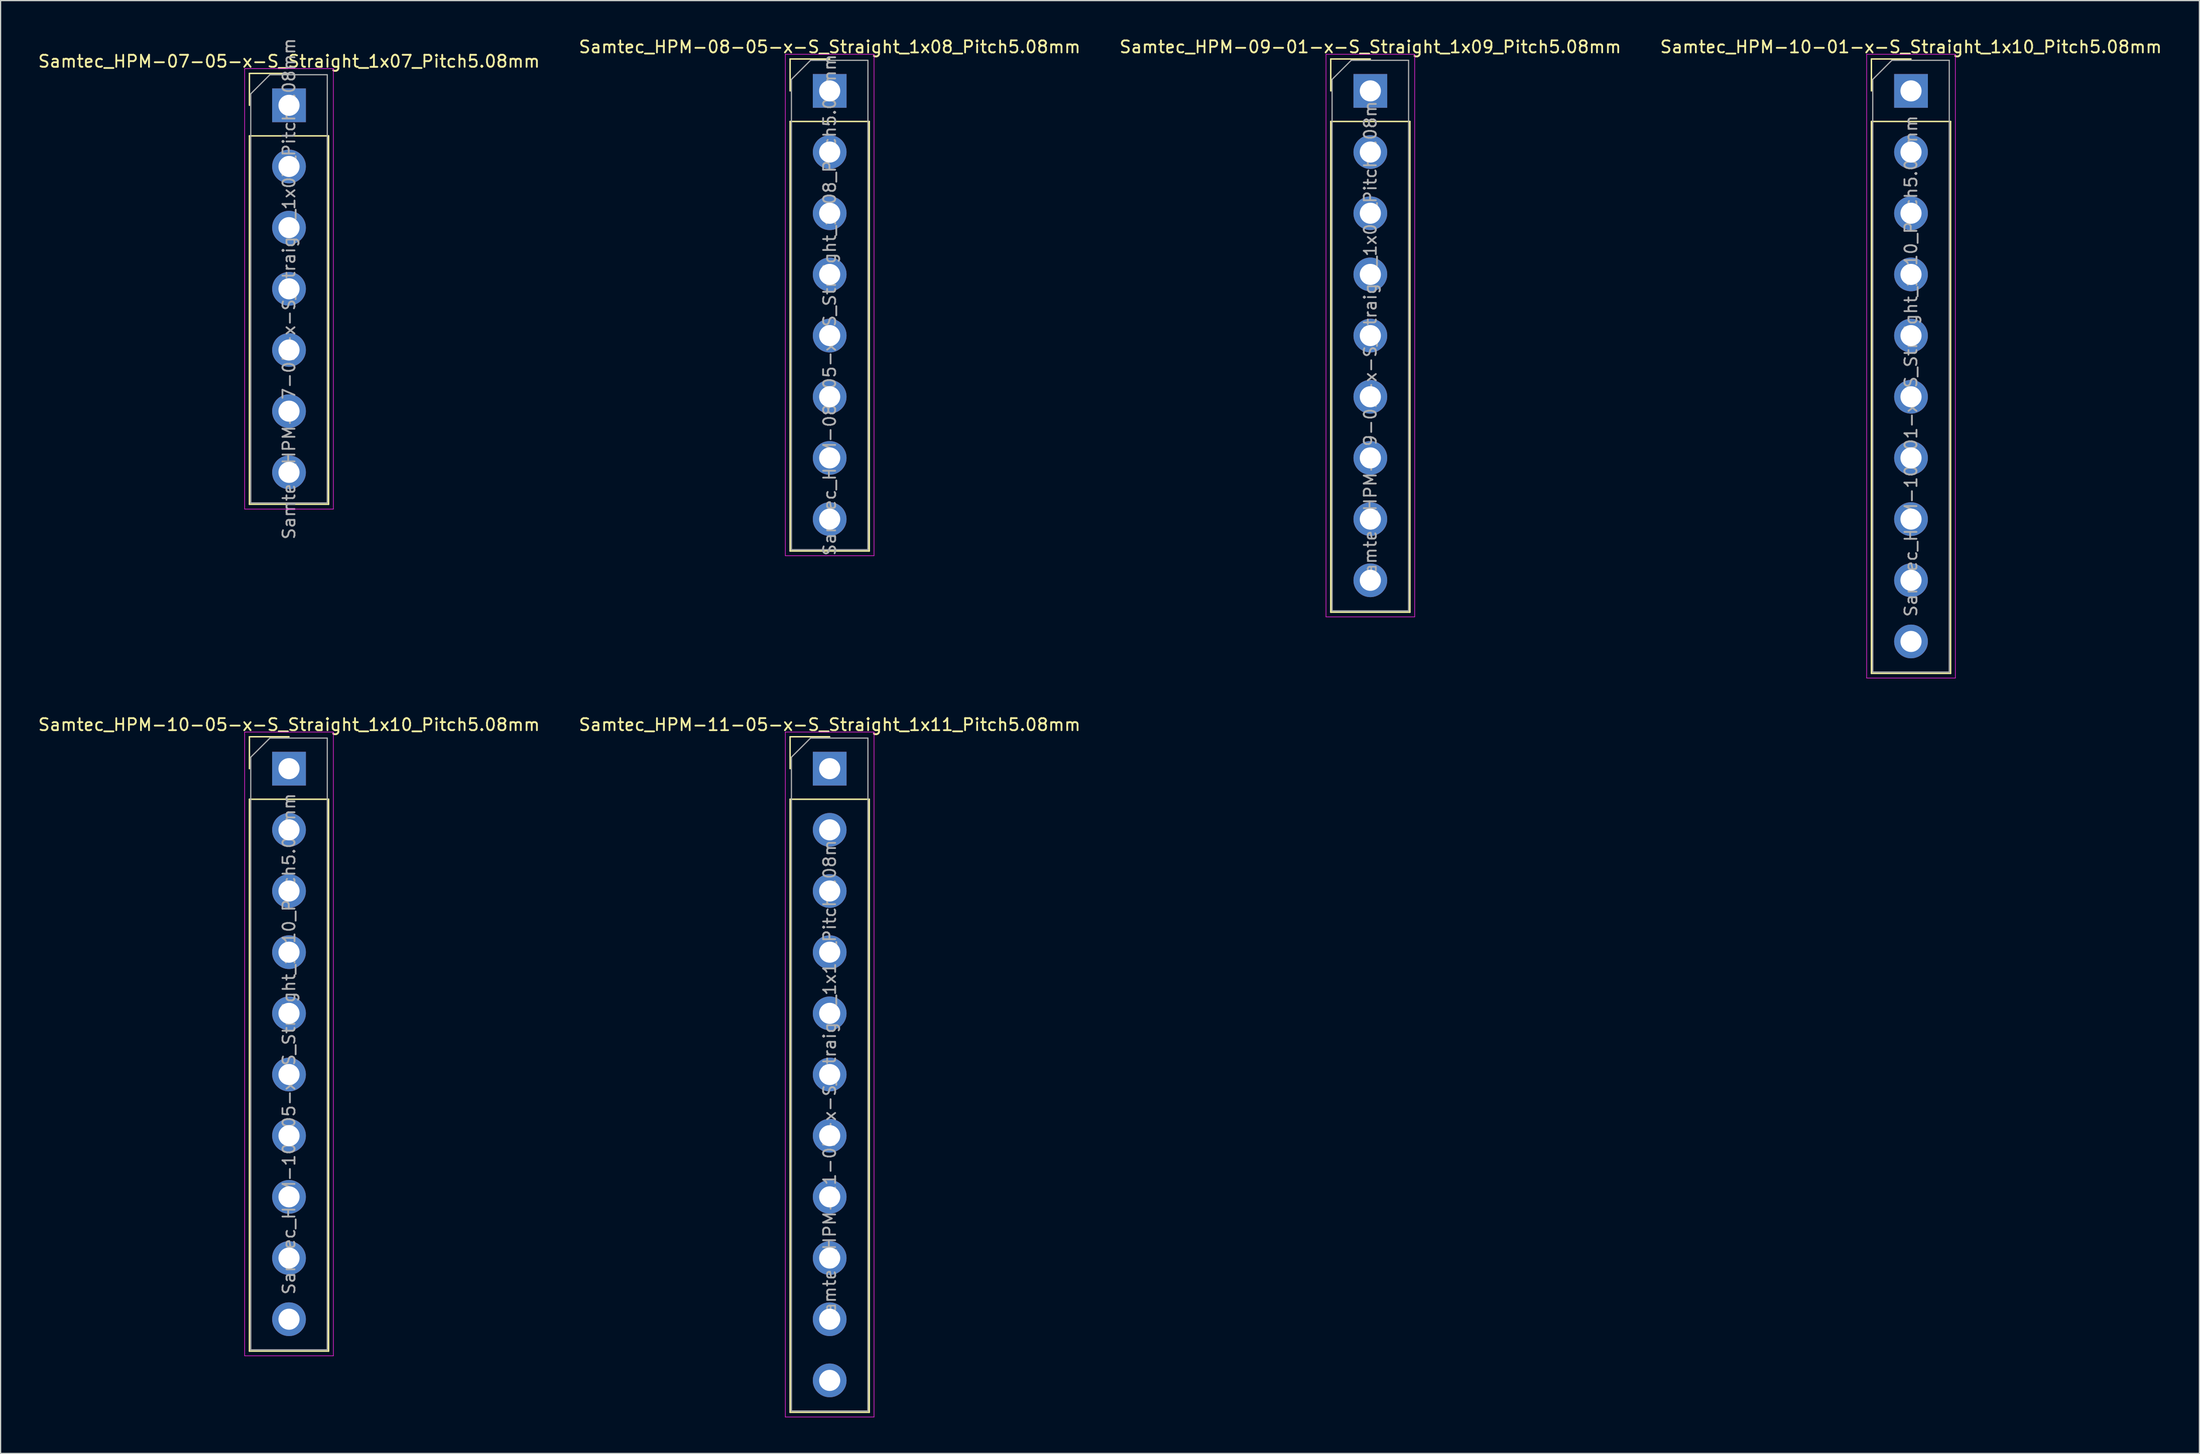
<source format=kicad_pcb>
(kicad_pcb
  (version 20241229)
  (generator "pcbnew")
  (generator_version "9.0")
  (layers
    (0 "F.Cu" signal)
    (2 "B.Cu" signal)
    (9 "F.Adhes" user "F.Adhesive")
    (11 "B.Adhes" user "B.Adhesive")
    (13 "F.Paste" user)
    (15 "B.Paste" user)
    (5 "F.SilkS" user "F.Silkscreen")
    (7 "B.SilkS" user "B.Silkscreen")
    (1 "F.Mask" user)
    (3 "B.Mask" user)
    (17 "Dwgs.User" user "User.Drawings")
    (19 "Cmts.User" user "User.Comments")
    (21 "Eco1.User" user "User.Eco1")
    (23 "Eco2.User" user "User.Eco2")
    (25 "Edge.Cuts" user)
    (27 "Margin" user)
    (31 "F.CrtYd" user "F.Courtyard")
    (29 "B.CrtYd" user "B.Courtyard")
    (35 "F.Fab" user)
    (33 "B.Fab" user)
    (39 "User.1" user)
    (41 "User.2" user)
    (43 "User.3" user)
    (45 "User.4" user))
  (footprint "Samtec_HPM-08-05-x-S_Straight_1x08_Pitch5.08mm"
    (layer "F.Cu")
    (at 65.804 4.498)
    (property "Reference" "Samtec_HPM-08-05-x-S_Straight_1x08_Pitch5.08mm" (at 0 -3.65 0) (layer "F.SilkS") (effects (font (size 1 1) (thickness 0.15))))
    (attr through_hole)
    (fp_line (start -3.285 -2.65) (end 0 -2.65) (stroke (width 0.12) (type solid)) (layer "F.SilkS"))
    (fp_line (start -3.285 0) (end -3.285 -2.65) (stroke (width 0.12) (type solid)) (layer "F.SilkS"))
    (fp_line (start -3.285 2.54) (end -3.285 38.21) (stroke (width 0.12) (type solid)) (layer "F.SilkS"))
    (fp_line (start -3.285 2.54) (end 3.285 2.54) (stroke (width 0.12) (type solid)) (layer "F.SilkS"))
    (fp_line (start -3.285 38.21) (end 3.285 38.21) (stroke (width 0.12) (type solid)) (layer "F.SilkS"))
    (fp_line (start 3.285 2.54) (end 3.285 38.21) (stroke (width 0.12) (type solid)) (layer "F.SilkS"))
    (fp_line (start -3.68 -3.04) (end -3.68 38.6) (stroke (width 0.05) (type solid)) (layer "F.CrtYd"))
    (fp_line (start -3.68 38.6) (end 3.68 38.6) (stroke (width 0.05) (type solid)) (layer "F.CrtYd"))
    (fp_line (start 3.68 -3.04) (end -3.68 -3.04) (stroke (width 0.05) (type solid)) (layer "F.CrtYd"))
    (fp_line (start 3.68 38.6) (end 3.68 -3.04) (stroke (width 0.05) (type solid)) (layer "F.CrtYd"))
    (fp_line (start -3.175 -0.953) (end -1.587 -2.54) (stroke (width 0.1) (type solid)) (layer "F.Fab"))
    (fp_line (start -3.175 38.1) (end -3.175 -0.953) (stroke (width 0.1) (type solid)) (layer "F.Fab"))
    (fp_line (start -1.587 -2.54) (end 3.175 -2.54) (stroke (width 0.1) (type solid)) (layer "F.Fab"))
    (fp_line (start 3.175 -2.54) (end 3.175 38.1) (stroke (width 0.1) (type solid)) (layer "F.Fab"))
    (fp_line (start 3.175 38.1) (end -3.175 38.1) (stroke (width 0.1) (type solid)) (layer "F.Fab"))
    (fp_text user "${REFERENCE}" (at 0 17.78 90) (layer "F.Fab") (effects (font (size 1 1) (thickness 0.15))))
    (pad "1" thru_hole rect (at 0 0) (size 2.8 2.8) (drill 1.75) (layers "*.Cu" "*.Mask"))
    (pad "2" thru_hole circle (at 0 5.08) (size 2.8 2.8) (drill 1.75) (layers "*.Cu" "*.Mask"))
    (pad "3" thru_hole circle (at 0 10.16) (size 2.8 2.8) (drill 1.75) (layers "*.Cu" "*.Mask"))
    (pad "4" thru_hole circle (at 0 15.24) (size 2.8 2.8) (drill 1.75) (layers "*.Cu" "*.Mask"))
    (pad "5" thru_hole circle (at 0 20.32) (size 2.8 2.8) (drill 1.75) (layers "*.Cu" "*.Mask"))
    (pad "6" thru_hole circle (at 0 25.4) (size 2.8 2.8) (drill 1.75) (layers "*.Cu" "*.Mask"))
    (pad "7" thru_hole circle (at 0 30.48) (size 2.8 2.8) (drill 1.75) (layers "*.Cu" "*.Mask"))
    (pad "8" thru_hole circle (at 0 35.56) (size 2.8 2.8) (drill 1.75) (layers "*.Cu" "*.Mask")))
  (footprint "Samtec_HPM-10-01-x-S_Straight_1x10_Pitch5.08mm"
    (layer "F.Cu")
    (at 155.542 4.498)
    (property "Reference" "Samtec_HPM-10-01-x-S_Straight_1x10_Pitch5.08mm" (at 0 -3.65 0) (layer "F.SilkS") (effects (font (size 1 1) (thickness 0.15))))
    (attr through_hole)
    (fp_line (start -3.285 -2.65) (end 0 -2.65) (stroke (width 0.12) (type solid)) (layer "F.SilkS"))
    (fp_line (start -3.285 0) (end -3.285 -2.65) (stroke (width 0.12) (type solid)) (layer "F.SilkS"))
    (fp_line (start -3.285 2.54) (end -3.285 48.37) (stroke (width 0.12) (type solid)) (layer "F.SilkS"))
    (fp_line (start -3.285 2.54) (end 3.285 2.54) (stroke (width 0.12) (type solid)) (layer "F.SilkS"))
    (fp_line (start -3.285 48.37) (end 3.285 48.37) (stroke (width 0.12) (type solid)) (layer "F.SilkS"))
    (fp_line (start 3.285 2.54) (end 3.285 48.37) (stroke (width 0.12) (type solid)) (layer "F.SilkS"))
    (fp_line (start -3.68 -3.04) (end -3.68 48.76) (stroke (width 0.05) (type solid)) (layer "F.CrtYd"))
    (fp_line (start -3.68 48.76) (end 3.68 48.76) (stroke (width 0.05) (type solid)) (layer "F.CrtYd"))
    (fp_line (start 3.68 -3.04) (end -3.68 -3.04) (stroke (width 0.05) (type solid)) (layer "F.CrtYd"))
    (fp_line (start 3.68 48.76) (end 3.68 -3.04) (stroke (width 0.05) (type solid)) (layer "F.CrtYd"))
    (fp_line (start -3.175 -0.953) (end -1.587 -2.54) (stroke (width 0.1) (type solid)) (layer "F.Fab"))
    (fp_line (start -3.175 48.26) (end -3.175 -0.953) (stroke (width 0.1) (type solid)) (layer "F.Fab"))
    (fp_line (start -1.587 -2.54) (end 3.175 -2.54) (stroke (width 0.1) (type solid)) (layer "F.Fab"))
    (fp_line (start 3.175 -2.54) (end 3.175 48.26) (stroke (width 0.1) (type solid)) (layer "F.Fab"))
    (fp_line (start 3.175 48.26) (end -3.175 48.26) (stroke (width 0.1) (type solid)) (layer "F.Fab"))
    (fp_text user "${REFERENCE}" (at 0 22.86 90) (layer "F.Fab") (effects (font (size 1 1) (thickness 0.15))))
    (pad "1" thru_hole rect (at 0 0) (size 2.8 2.8) (drill 1.75) (layers "*.Cu" "*.Mask"))
    (pad "2" thru_hole circle (at 0 5.08) (size 2.8 2.8) (drill 1.75) (layers "*.Cu" "*.Mask"))
    (pad "3" thru_hole circle (at 0 10.16) (size 2.8 2.8) (drill 1.75) (layers "*.Cu" "*.Mask"))
    (pad "4" thru_hole circle (at 0 15.24) (size 2.8 2.8) (drill 1.75) (layers "*.Cu" "*.Mask"))
    (pad "5" thru_hole circle (at 0 20.32) (size 2.8 2.8) (drill 1.75) (layers "*.Cu" "*.Mask"))
    (pad "6" thru_hole circle (at 0 25.4) (size 2.8 2.8) (drill 1.75) (layers "*.Cu" "*.Mask"))
    (pad "7" thru_hole circle (at 0 30.48) (size 2.8 2.8) (drill 1.75) (layers "*.Cu" "*.Mask"))
    (pad "8" thru_hole circle (at 0 35.56) (size 2.8 2.8) (drill 1.75) (layers "*.Cu" "*.Mask"))
    (pad "9" thru_hole circle (at 0 40.64) (size 2.8 2.8) (drill 1.75) (layers "*.Cu" "*.Mask"))
    (pad "10" thru_hole circle (at 0 45.72) (size 2.8 2.8) (drill 1.75) (layers "*.Cu" "*.Mask")))
  (footprint "Samtec_HPM-11-05-x-S_Straight_1x11_Pitch5.08mm"
    (layer "F.Cu")
    (at 65.804 60.782)
    (property "Reference" "Samtec_HPM-11-05-x-S_Straight_1x11_Pitch5.08mm" (at 0 -3.65 0) (layer "F.SilkS") (effects (font (size 1 1) (thickness 0.15))))
    (attr through_hole)
    (fp_line (start -3.285 -2.65) (end 0 -2.65) (stroke (width 0.12) (type solid)) (layer "F.SilkS"))
    (fp_line (start -3.285 0) (end -3.285 -2.65) (stroke (width 0.12) (type solid)) (layer "F.SilkS"))
    (fp_line (start -3.285 2.54) (end -3.285 53.45) (stroke (width 0.12) (type solid)) (layer "F.SilkS"))
    (fp_line (start -3.285 2.54) (end 3.285 2.54) (stroke (width 0.12) (type solid)) (layer "F.SilkS"))
    (fp_line (start -3.285 53.45) (end 3.285 53.45) (stroke (width 0.12) (type solid)) (layer "F.SilkS"))
    (fp_line (start 3.285 2.54) (end 3.285 53.45) (stroke (width 0.12) (type solid)) (layer "F.SilkS"))
    (fp_line (start -3.68 -3.04) (end -3.68 53.84) (stroke (width 0.05) (type solid)) (layer "F.CrtYd"))
    (fp_line (start -3.68 53.84) (end 3.68 53.84) (stroke (width 0.05) (type solid)) (layer "F.CrtYd"))
    (fp_line (start 3.68 -3.04) (end -3.68 -3.04) (stroke (width 0.05) (type solid)) (layer "F.CrtYd"))
    (fp_line (start 3.68 53.84) (end 3.68 -3.04) (stroke (width 0.05) (type solid)) (layer "F.CrtYd"))
    (fp_line (start -3.175 -0.953) (end -1.587 -2.54) (stroke (width 0.1) (type solid)) (layer "F.Fab"))
    (fp_line (start -3.175 53.34) (end -3.175 -0.953) (stroke (width 0.1) (type solid)) (layer "F.Fab"))
    (fp_line (start -1.587 -2.54) (end 3.175 -2.54) (stroke (width 0.1) (type solid)) (layer "F.Fab"))
    (fp_line (start 3.175 -2.54) (end 3.175 53.34) (stroke (width 0.1) (type solid)) (layer "F.Fab"))
    (fp_line (start 3.175 53.34) (end -3.175 53.34) (stroke (width 0.1) (type solid)) (layer "F.Fab"))
    (fp_text user "${REFERENCE}" (at 0 25.4 90) (layer "F.Fab") (effects (font (size 1 1) (thickness 0.15))))
    (pad "1" thru_hole rect (at 0 0) (size 2.8 2.8) (drill 1.75) (layers "*.Cu" "*.Mask"))
    (pad "2" thru_hole circle (at 0 5.08) (size 2.8 2.8) (drill 1.75) (layers "*.Cu" "*.Mask"))
    (pad "3" thru_hole circle (at 0 10.16) (size 2.8 2.8) (drill 1.75) (layers "*.Cu" "*.Mask"))
    (pad "4" thru_hole circle (at 0 15.24) (size 2.8 2.8) (drill 1.75) (layers "*.Cu" "*.Mask"))
    (pad "5" thru_hole circle (at 0 20.32) (size 2.8 2.8) (drill 1.75) (layers "*.Cu" "*.Mask"))
    (pad "6" thru_hole circle (at 0 25.4) (size 2.8 2.8) (drill 1.75) (layers "*.Cu" "*.Mask"))
    (pad "7" thru_hole circle (at 0 30.48) (size 2.8 2.8) (drill 1.75) (layers "*.Cu" "*.Mask"))
    (pad "8" thru_hole circle (at 0 35.56) (size 2.8 2.8) (drill 1.75) (layers "*.Cu" "*.Mask"))
    (pad "9" thru_hole circle (at 0 40.64) (size 2.8 2.8) (drill 1.75) (layers "*.Cu" "*.Mask"))
    (pad "10" thru_hole circle (at 0 45.72) (size 2.8 2.8) (drill 1.75) (layers "*.Cu" "*.Mask"))
    (pad "11" thru_hole circle (at 0 50.8) (size 2.8 2.8) (drill 1.75) (layers "*.Cu" "*.Mask")))
  (footprint "Samtec_HPM-09-01-x-S_Straight_1x09_Pitch5.08mm"
    (layer "F.Cu")
    (at 110.673 4.498)
    (property "Reference" "Samtec_HPM-09-01-x-S_Straight_1x09_Pitch5.08mm" (at 0 -3.65 0) (layer "F.SilkS") (effects (font (size 1 1) (thickness 0.15))))
    (attr through_hole)
    (fp_line (start -3.285 -2.65) (end 0 -2.65) (stroke (width 0.12) (type solid)) (layer "F.SilkS"))
    (fp_line (start -3.285 0) (end -3.285 -2.65) (stroke (width 0.12) (type solid)) (layer "F.SilkS"))
    (fp_line (start -3.285 2.54) (end -3.285 43.29) (stroke (width 0.12) (type solid)) (layer "F.SilkS"))
    (fp_line (start -3.285 2.54) (end 3.285 2.54) (stroke (width 0.12) (type solid)) (layer "F.SilkS"))
    (fp_line (start -3.285 43.29) (end 3.285 43.29) (stroke (width 0.12) (type solid)) (layer "F.SilkS"))
    (fp_line (start 3.285 2.54) (end 3.285 43.29) (stroke (width 0.12) (type solid)) (layer "F.SilkS"))
    (fp_line (start -3.68 -3.04) (end -3.68 43.68) (stroke (width 0.05) (type solid)) (layer "F.CrtYd"))
    (fp_line (start -3.68 43.68) (end 3.68 43.68) (stroke (width 0.05) (type solid)) (layer "F.CrtYd"))
    (fp_line (start 3.68 -3.04) (end -3.68 -3.04) (stroke (width 0.05) (type solid)) (layer "F.CrtYd"))
    (fp_line (start 3.68 43.68) (end 3.68 -3.04) (stroke (width 0.05) (type solid)) (layer "F.CrtYd"))
    (fp_line (start -3.175 -0.953) (end -1.587 -2.54) (stroke (width 0.1) (type solid)) (layer "F.Fab"))
    (fp_line (start -3.175 43.18) (end -3.175 -0.953) (stroke (width 0.1) (type solid)) (layer "F.Fab"))
    (fp_line (start -1.587 -2.54) (end 3.175 -2.54) (stroke (width 0.1) (type solid)) (layer "F.Fab"))
    (fp_line (start 3.175 -2.54) (end 3.175 43.18) (stroke (width 0.1) (type solid)) (layer "F.Fab"))
    (fp_line (start 3.175 43.18) (end -3.175 43.18) (stroke (width 0.1) (type solid)) (layer "F.Fab"))
    (fp_text user "${REFERENCE}" (at 0 20.32 90) (layer "F.Fab") (effects (font (size 1 1) (thickness 0.15))))
    (pad "1" thru_hole rect (at 0 0) (size 2.8 2.8) (drill 1.75) (layers "*.Cu" "*.Mask"))
    (pad "2" thru_hole circle (at 0 5.08) (size 2.8 2.8) (drill 1.75) (layers "*.Cu" "*.Mask"))
    (pad "3" thru_hole circle (at 0 10.16) (size 2.8 2.8) (drill 1.75) (layers "*.Cu" "*.Mask"))
    (pad "4" thru_hole circle (at 0 15.24) (size 2.8 2.8) (drill 1.75) (layers "*.Cu" "*.Mask"))
    (pad "5" thru_hole circle (at 0 20.32) (size 2.8 2.8) (drill 1.75) (layers "*.Cu" "*.Mask"))
    (pad "6" thru_hole circle (at 0 25.4) (size 2.8 2.8) (drill 1.75) (layers "*.Cu" "*.Mask"))
    (pad "7" thru_hole circle (at 0 30.48) (size 2.8 2.8) (drill 1.75) (layers "*.Cu" "*.Mask"))
    (pad "8" thru_hole circle (at 0 35.56) (size 2.8 2.8) (drill 1.75) (layers "*.Cu" "*.Mask"))
    (pad "9" thru_hole circle (at 0 40.64) (size 2.8 2.8) (drill 1.75) (layers "*.Cu" "*.Mask")))
  (footprint "Samtec_HPM-10-05-x-S_Straight_1x10_Pitch5.08mm"
    (layer "F.Cu")
    (at 20.935 60.782)
    (property "Reference" "Samtec_HPM-10-05-x-S_Straight_1x10_Pitch5.08mm" (at 0 -3.65 0) (layer "F.SilkS") (effects (font (size 1 1) (thickness 0.15))))
    (attr through_hole)
    (fp_line (start -3.285 -2.65) (end 0 -2.65) (stroke (width 0.12) (type solid)) (layer "F.SilkS"))
    (fp_line (start -3.285 0) (end -3.285 -2.65) (stroke (width 0.12) (type solid)) (layer "F.SilkS"))
    (fp_line (start -3.285 2.54) (end -3.285 48.37) (stroke (width 0.12) (type solid)) (layer "F.SilkS"))
    (fp_line (start -3.285 2.54) (end 3.285 2.54) (stroke (width 0.12) (type solid)) (layer "F.SilkS"))
    (fp_line (start -3.285 48.37) (end 3.285 48.37) (stroke (width 0.12) (type solid)) (layer "F.SilkS"))
    (fp_line (start 3.285 2.54) (end 3.285 48.37) (stroke (width 0.12) (type solid)) (layer "F.SilkS"))
    (fp_line (start -3.68 -3.04) (end -3.68 48.76) (stroke (width 0.05) (type solid)) (layer "F.CrtYd"))
    (fp_line (start -3.68 48.76) (end 3.68 48.76) (stroke (width 0.05) (type solid)) (layer "F.CrtYd"))
    (fp_line (start 3.68 -3.04) (end -3.68 -3.04) (stroke (width 0.05) (type solid)) (layer "F.CrtYd"))
    (fp_line (start 3.68 48.76) (end 3.68 -3.04) (stroke (width 0.05) (type solid)) (layer "F.CrtYd"))
    (fp_line (start -3.175 -0.953) (end -1.587 -2.54) (stroke (width 0.1) (type solid)) (layer "F.Fab"))
    (fp_line (start -3.175 48.26) (end -3.175 -0.953) (stroke (width 0.1) (type solid)) (layer "F.Fab"))
    (fp_line (start -1.587 -2.54) (end 3.175 -2.54) (stroke (width 0.1) (type solid)) (layer "F.Fab"))
    (fp_line (start 3.175 -2.54) (end 3.175 48.26) (stroke (width 0.1) (type solid)) (layer "F.Fab"))
    (fp_line (start 3.175 48.26) (end -3.175 48.26) (stroke (width 0.1) (type solid)) (layer "F.Fab"))
    (fp_text user "${REFERENCE}" (at 0 22.86 90) (layer "F.Fab") (effects (font (size 1 1) (thickness 0.15))))
    (pad "1" thru_hole rect (at 0 0) (size 2.8 2.8) (drill 1.75) (layers "*.Cu" "*.Mask"))
    (pad "2" thru_hole circle (at 0 5.08) (size 2.8 2.8) (drill 1.75) (layers "*.Cu" "*.Mask"))
    (pad "3" thru_hole circle (at 0 10.16) (size 2.8 2.8) (drill 1.75) (layers "*.Cu" "*.Mask"))
    (pad "4" thru_hole circle (at 0 15.24) (size 2.8 2.8) (drill 1.75) (layers "*.Cu" "*.Mask"))
    (pad "5" thru_hole circle (at 0 20.32) (size 2.8 2.8) (drill 1.75) (layers "*.Cu" "*.Mask"))
    (pad "6" thru_hole circle (at 0 25.4) (size 2.8 2.8) (drill 1.75) (layers "*.Cu" "*.Mask"))
    (pad "7" thru_hole circle (at 0 30.48) (size 2.8 2.8) (drill 1.75) (layers "*.Cu" "*.Mask"))
    (pad "8" thru_hole circle (at 0 35.56) (size 2.8 2.8) (drill 1.75) (layers "*.Cu" "*.Mask"))
    (pad "9" thru_hole circle (at 0 40.64) (size 2.8 2.8) (drill 1.75) (layers "*.Cu" "*.Mask"))
    (pad "10" thru_hole circle (at 0 45.72) (size 2.8 2.8) (drill 1.75) (layers "*.Cu" "*.Mask")))
  (footprint "Samtec_HPM-07-05-x-S_Straight_1x07_Pitch5.08mm"
    (layer "F.Cu")
    (at 20.935 5.695)
    (property "Reference" "Samtec_HPM-07-05-x-S_Straight_1x07_Pitch5.08mm" (at 0 -3.65 0) (layer "F.SilkS") (effects (font (size 1 1) (thickness 0.15))))
    (attr through_hole)
    (fp_line (start -3.285 -2.65) (end 0 -2.65) (stroke (width 0.12) (type solid)) (layer "F.SilkS"))
    (fp_line (start -3.285 0) (end -3.285 -2.65) (stroke (width 0.12) (type solid)) (layer "F.SilkS"))
    (fp_line (start -3.285 2.54) (end -3.285 33.13) (stroke (width 0.12) (type solid)) (layer "F.SilkS"))
    (fp_line (start -3.285 2.54) (end 3.285 2.54) (stroke (width 0.12) (type solid)) (layer "F.SilkS"))
    (fp_line (start -3.285 33.13) (end 3.285 33.13) (stroke (width 0.12) (type solid)) (layer "F.SilkS"))
    (fp_line (start 3.285 2.54) (end 3.285 33.13) (stroke (width 0.12) (type solid)) (layer "F.SilkS"))
    (fp_line (start -3.68 -3.05) (end -3.68 33.53) (stroke (width 0.05) (type solid)) (layer "F.CrtYd"))
    (fp_line (start -3.68 33.53) (end 3.68 33.53) (stroke (width 0.05) (type solid)) (layer "F.CrtYd"))
    (fp_line (start 3.68 -3.05) (end -3.68 -3.05) (stroke (width 0.05) (type solid)) (layer "F.CrtYd"))
    (fp_line (start 3.68 33.53) (end 3.68 -3.05) (stroke (width 0.05) (type solid)) (layer "F.CrtYd"))
    (fp_line (start -3.175 -0.953) (end -1.587 -2.54) (stroke (width 0.1) (type solid)) (layer "F.Fab"))
    (fp_line (start -3.175 33.02) (end -3.175 -0.953) (stroke (width 0.1) (type solid)) (layer "F.Fab"))
    (fp_line (start -1.587 -2.54) (end 3.175 -2.54) (stroke (width 0.1) (type solid)) (layer "F.Fab"))
    (fp_line (start 3.175 -2.54) (end 3.175 33.02) (stroke (width 0.1) (type solid)) (layer "F.Fab"))
    (fp_line (start 3.175 33.02) (end -3.175 33.02) (stroke (width 0.1) (type solid)) (layer "F.Fab"))
    (fp_text user "${REFERENCE}" (at 0 15.24 90) (layer "F.Fab") (effects (font (size 1 1) (thickness 0.15))))
    (pad "1" thru_hole rect (at 0 0) (size 2.8 2.8) (drill 1.75) (layers "*.Cu" "*.Mask"))
    (pad "2" thru_hole circle (at 0 5.08) (size 2.8 2.8) (drill 1.75) (layers "*.Cu" "*.Mask"))
    (pad "3" thru_hole circle (at 0 10.16) (size 2.8 2.8) (drill 1.75) (layers "*.Cu" "*.Mask"))
    (pad "4" thru_hole circle (at 0 15.24) (size 2.8 2.8) (drill 1.75) (layers "*.Cu" "*.Mask"))
    (pad "5" thru_hole circle (at 0 20.32) (size 2.8 2.8) (drill 1.75) (layers "*.Cu" "*.Mask"))
    (pad "6" thru_hole circle (at 0 25.4) (size 2.8 2.8) (drill 1.75) (layers "*.Cu" "*.Mask"))
    (pad "7" thru_hole circle (at 0 30.48) (size 2.8 2.8) (drill 1.75) (layers "*.Cu" "*.Mask")))
  (gr_rect
    (start -3 -3)
    (end 179.476 117.647)
    (stroke (width 0.1) (type default))
    (fill no)
    (layer "Edge.Cuts")))
</source>
